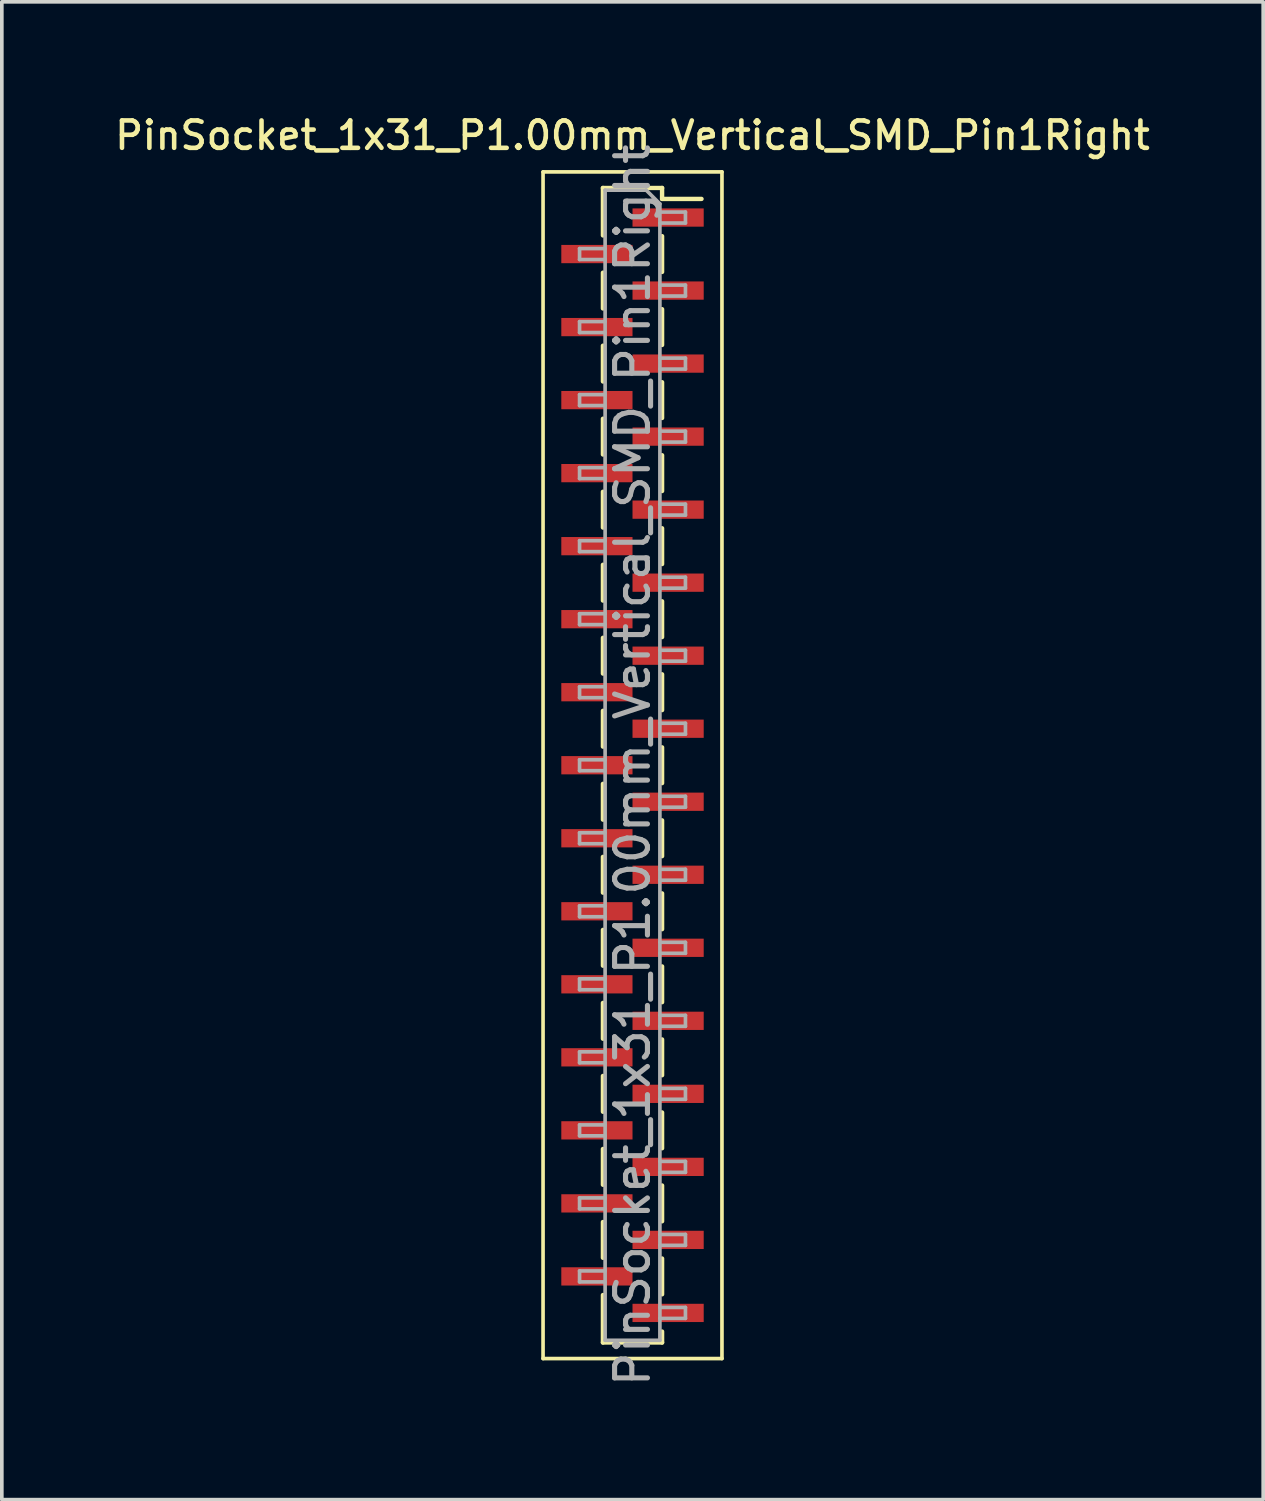
<source format=kicad_pcb>
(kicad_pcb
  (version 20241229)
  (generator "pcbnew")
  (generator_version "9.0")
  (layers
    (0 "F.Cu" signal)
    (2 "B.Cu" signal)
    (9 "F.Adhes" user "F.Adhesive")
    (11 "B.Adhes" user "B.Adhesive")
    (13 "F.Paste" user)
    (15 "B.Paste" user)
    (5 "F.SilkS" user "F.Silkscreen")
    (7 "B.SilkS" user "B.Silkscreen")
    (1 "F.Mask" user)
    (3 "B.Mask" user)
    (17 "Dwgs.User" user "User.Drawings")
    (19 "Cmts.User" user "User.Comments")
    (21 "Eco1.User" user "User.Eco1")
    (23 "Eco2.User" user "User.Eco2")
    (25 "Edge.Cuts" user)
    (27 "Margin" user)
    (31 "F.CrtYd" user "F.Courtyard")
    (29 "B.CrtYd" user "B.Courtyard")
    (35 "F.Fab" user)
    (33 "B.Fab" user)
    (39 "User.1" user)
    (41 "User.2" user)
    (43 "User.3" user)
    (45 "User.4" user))
  (footprint "PinSocket_1x31_P1.00mm_Vertical_SMD_Pin1Right"
    (layer "F.Cu")
    (at 14.273 17.908)
    (property "Reference" "PinSocket_1x31_P1.00mm_Vertical_SMD_Pin1Right" (at 0 -17.25 0) (layer "F.SilkS") (effects (font (size 0.75 0.75) (thickness 0.125))))
    (attr smd)
    (fp_line (start -2.45 -16.25) (end 2.45 -16.25) (stroke (width 0.1) (type solid)) (layer "F.SilkS"))
    (fp_line (start -2.45 16.25) (end -2.45 -16.25) (stroke (width 0.1) (type solid)) (layer "F.SilkS"))
    (fp_line (start -0.81 -15.81) (end -0.81 -14.51) (stroke (width 0.12) (type solid)) (layer "F.SilkS"))
    (fp_line (start -0.81 -15.81) (end 0.81 -15.81) (stroke (width 0.12) (type solid)) (layer "F.SilkS"))
    (fp_line (start -0.81 -13.49) (end -0.81 -12.51) (stroke (width 0.12) (type solid)) (layer "F.SilkS"))
    (fp_line (start -0.81 -11.49) (end -0.81 -10.51) (stroke (width 0.12) (type solid)) (layer "F.SilkS"))
    (fp_line (start -0.81 -9.49) (end -0.81 -8.51) (stroke (width 0.12) (type solid)) (layer "F.SilkS"))
    (fp_line (start -0.81 -7.49) (end -0.81 -6.51) (stroke (width 0.12) (type solid)) (layer "F.SilkS"))
    (fp_line (start -0.81 -5.49) (end -0.81 -4.51) (stroke (width 0.12) (type solid)) (layer "F.SilkS"))
    (fp_line (start -0.81 -3.49) (end -0.81 -2.51) (stroke (width 0.12) (type solid)) (layer "F.SilkS"))
    (fp_line (start -0.81 -1.49) (end -0.81 -0.51) (stroke (width 0.12) (type solid)) (layer "F.SilkS"))
    (fp_line (start -0.81 0.51) (end -0.81 1.49) (stroke (width 0.12) (type solid)) (layer "F.SilkS"))
    (fp_line (start -0.81 2.51) (end -0.81 3.49) (stroke (width 0.12) (type solid)) (layer "F.SilkS"))
    (fp_line (start -0.81 4.51) (end -0.81 5.49) (stroke (width 0.12) (type solid)) (layer "F.SilkS"))
    (fp_line (start -0.81 6.51) (end -0.81 7.49) (stroke (width 0.12) (type solid)) (layer "F.SilkS"))
    (fp_line (start -0.81 8.51) (end -0.81 9.49) (stroke (width 0.12) (type solid)) (layer "F.SilkS"))
    (fp_line (start -0.81 10.51) (end -0.81 11.49) (stroke (width 0.12) (type solid)) (layer "F.SilkS"))
    (fp_line (start -0.81 12.51) (end -0.81 13.49) (stroke (width 0.12) (type solid)) (layer "F.SilkS"))
    (fp_line (start -0.81 14.51) (end -0.81 15.81) (stroke (width 0.12) (type solid)) (layer "F.SilkS"))
    (fp_line (start -0.81 15.81) (end 0.81 15.81) (stroke (width 0.12) (type solid)) (layer "F.SilkS"))
    (fp_line (start 0.81 -15.81) (end 0.81 -15.51) (stroke (width 0.12) (type solid)) (layer "F.SilkS"))
    (fp_line (start 0.81 -15.51) (end 1.89 -15.51) (stroke (width 0.12) (type solid)) (layer "F.SilkS"))
    (fp_line (start 0.81 -14.49) (end 0.81 -13.51) (stroke (width 0.12) (type solid)) (layer "F.SilkS"))
    (fp_line (start 0.81 -12.49) (end 0.81 -11.51) (stroke (width 0.12) (type solid)) (layer "F.SilkS"))
    (fp_line (start 0.81 -10.49) (end 0.81 -9.51) (stroke (width 0.12) (type solid)) (layer "F.SilkS"))
    (fp_line (start 0.81 -8.49) (end 0.81 -7.51) (stroke (width 0.12) (type solid)) (layer "F.SilkS"))
    (fp_line (start 0.81 -6.49) (end 0.81 -5.51) (stroke (width 0.12) (type solid)) (layer "F.SilkS"))
    (fp_line (start 0.81 -4.49) (end 0.81 -3.51) (stroke (width 0.12) (type solid)) (layer "F.SilkS"))
    (fp_line (start 0.81 -2.49) (end 0.81 -1.51) (stroke (width 0.12) (type solid)) (layer "F.SilkS"))
    (fp_line (start 0.81 -0.49) (end 0.81 0.49) (stroke (width 0.12) (type solid)) (layer "F.SilkS"))
    (fp_line (start 0.81 1.51) (end 0.81 2.49) (stroke (width 0.12) (type solid)) (layer "F.SilkS"))
    (fp_line (start 0.81 3.51) (end 0.81 4.49) (stroke (width 0.12) (type solid)) (layer "F.SilkS"))
    (fp_line (start 0.81 5.51) (end 0.81 6.49) (stroke (width 0.12) (type solid)) (layer "F.SilkS"))
    (fp_line (start 0.81 7.51) (end 0.81 8.49) (stroke (width 0.12) (type solid)) (layer "F.SilkS"))
    (fp_line (start 0.81 9.51) (end 0.81 10.49) (stroke (width 0.12) (type solid)) (layer "F.SilkS"))
    (fp_line (start 0.81 11.51) (end 0.81 12.49) (stroke (width 0.12) (type solid)) (layer "F.SilkS"))
    (fp_line (start 0.81 13.51) (end 0.81 14.49) (stroke (width 0.12) (type solid)) (layer "F.SilkS"))
    (fp_line (start 0.81 15.51) (end 0.81 15.81) (stroke (width 0.12) (type solid)) (layer "F.SilkS"))
    (fp_line (start 2.45 -16.25) (end 2.45 16.25) (stroke (width 0.1) (type solid)) (layer "F.SilkS"))
    (fp_line (start 2.45 16.25) (end -2.45 16.25) (stroke (width 0.1) (type solid)) (layer "F.SilkS"))
    (fp_line (start -1.45 -14.15) (end -0.75 -14.15) (stroke (width 0.1) (type solid)) (layer "F.Fab"))
    (fp_line (start -1.45 -13.85) (end -1.45 -14.15) (stroke (width 0.1) (type solid)) (layer "F.Fab"))
    (fp_line (start -1.45 -12.15) (end -0.75 -12.15) (stroke (width 0.1) (type solid)) (layer "F.Fab"))
    (fp_line (start -1.45 -11.85) (end -1.45 -12.15) (stroke (width 0.1) (type solid)) (layer "F.Fab"))
    (fp_line (start -1.45 -10.15) (end -0.75 -10.15) (stroke (width 0.1) (type solid)) (layer "F.Fab"))
    (fp_line (start -1.45 -9.85) (end -1.45 -10.15) (stroke (width 0.1) (type solid)) (layer "F.Fab"))
    (fp_line (start -1.45 -8.15) (end -0.75 -8.15) (stroke (width 0.1) (type solid)) (layer "F.Fab"))
    (fp_line (start -1.45 -7.85) (end -1.45 -8.15) (stroke (width 0.1) (type solid)) (layer "F.Fab"))
    (fp_line (start -1.45 -6.15) (end -0.75 -6.15) (stroke (width 0.1) (type solid)) (layer "F.Fab"))
    (fp_line (start -1.45 -5.85) (end -1.45 -6.15) (stroke (width 0.1) (type solid)) (layer "F.Fab"))
    (fp_line (start -1.45 -4.15) (end -0.75 -4.15) (stroke (width 0.1) (type solid)) (layer "F.Fab"))
    (fp_line (start -1.45 -3.85) (end -1.45 -4.15) (stroke (width 0.1) (type solid)) (layer "F.Fab"))
    (fp_line (start -1.45 -2.15) (end -0.75 -2.15) (stroke (width 0.1) (type solid)) (layer "F.Fab"))
    (fp_line (start -1.45 -1.85) (end -1.45 -2.15) (stroke (width 0.1) (type solid)) (layer "F.Fab"))
    (fp_line (start -1.45 -0.15) (end -0.75 -0.15) (stroke (width 0.1) (type solid)) (layer "F.Fab"))
    (fp_line (start -1.45 0.15) (end -1.45 -0.15) (stroke (width 0.1) (type solid)) (layer "F.Fab"))
    (fp_line (start -1.45 1.85) (end -0.75 1.85) (stroke (width 0.1) (type solid)) (layer "F.Fab"))
    (fp_line (start -1.45 2.15) (end -1.45 1.85) (stroke (width 0.1) (type solid)) (layer "F.Fab"))
    (fp_line (start -1.45 3.85) (end -0.75 3.85) (stroke (width 0.1) (type solid)) (layer "F.Fab"))
    (fp_line (start -1.45 4.15) (end -1.45 3.85) (stroke (width 0.1) (type solid)) (layer "F.Fab"))
    (fp_line (start -1.45 5.85) (end -0.75 5.85) (stroke (width 0.1) (type solid)) (layer "F.Fab"))
    (fp_line (start -1.45 6.15) (end -1.45 5.85) (stroke (width 0.1) (type solid)) (layer "F.Fab"))
    (fp_line (start -1.45 7.85) (end -0.75 7.85) (stroke (width 0.1) (type solid)) (layer "F.Fab"))
    (fp_line (start -1.45 8.15) (end -1.45 7.85) (stroke (width 0.1) (type solid)) (layer "F.Fab"))
    (fp_line (start -1.45 9.85) (end -0.75 9.85) (stroke (width 0.1) (type solid)) (layer "F.Fab"))
    (fp_line (start -1.45 10.15) (end -1.45 9.85) (stroke (width 0.1) (type solid)) (layer "F.Fab"))
    (fp_line (start -1.45 11.85) (end -0.75 11.85) (stroke (width 0.1) (type solid)) (layer "F.Fab"))
    (fp_line (start -1.45 12.15) (end -1.45 11.85) (stroke (width 0.1) (type solid)) (layer "F.Fab"))
    (fp_line (start -1.45 13.85) (end -0.75 13.85) (stroke (width 0.1) (type solid)) (layer "F.Fab"))
    (fp_line (start -1.45 14.15) (end -1.45 13.85) (stroke (width 0.1) (type solid)) (layer "F.Fab"))
    (fp_line (start -0.75 -15.75) (end 0.375 -15.75) (stroke (width 0.1) (type solid)) (layer "F.Fab"))
    (fp_line (start -0.75 -13.85) (end -1.45 -13.85) (stroke (width 0.1) (type solid)) (layer "F.Fab"))
    (fp_line (start -0.75 -11.85) (end -1.45 -11.85) (stroke (width 0.1) (type solid)) (layer "F.Fab"))
    (fp_line (start -0.75 -9.85) (end -1.45 -9.85) (stroke (width 0.1) (type solid)) (layer "F.Fab"))
    (fp_line (start -0.75 -7.85) (end -1.45 -7.85) (stroke (width 0.1) (type solid)) (layer "F.Fab"))
    (fp_line (start -0.75 -5.85) (end -1.45 -5.85) (stroke (width 0.1) (type solid)) (layer "F.Fab"))
    (fp_line (start -0.75 -3.85) (end -1.45 -3.85) (stroke (width 0.1) (type solid)) (layer "F.Fab"))
    (fp_line (start -0.75 -1.85) (end -1.45 -1.85) (stroke (width 0.1) (type solid)) (layer "F.Fab"))
    (fp_line (start -0.75 0.15) (end -1.45 0.15) (stroke (width 0.1) (type solid)) (layer "F.Fab"))
    (fp_line (start -0.75 2.15) (end -1.45 2.15) (stroke (width 0.1) (type solid)) (layer "F.Fab"))
    (fp_line (start -0.75 4.15) (end -1.45 4.15) (stroke (width 0.1) (type solid)) (layer "F.Fab"))
    (fp_line (start -0.75 6.15) (end -1.45 6.15) (stroke (width 0.1) (type solid)) (layer "F.Fab"))
    (fp_line (start -0.75 8.15) (end -1.45 8.15) (stroke (width 0.1) (type solid)) (layer "F.Fab"))
    (fp_line (start -0.75 10.15) (end -1.45 10.15) (stroke (width 0.1) (type solid)) (layer "F.Fab"))
    (fp_line (start -0.75 12.15) (end -1.45 12.15) (stroke (width 0.1) (type solid)) (layer "F.Fab"))
    (fp_line (start -0.75 14.15) (end -1.45 14.15) (stroke (width 0.1) (type solid)) (layer "F.Fab"))
    (fp_line (start -0.75 15.75) (end -0.75 -15.75) (stroke (width 0.1) (type solid)) (layer "F.Fab"))
    (fp_line (start 0.375 -15.75) (end 0.75 -15.375) (stroke (width 0.1) (type solid)) (layer "F.Fab"))
    (fp_line (start 0.75 -15.375) (end 0.75 15.75) (stroke (width 0.1) (type solid)) (layer "F.Fab"))
    (fp_line (start 0.75 -15.15) (end 1.45 -15.15) (stroke (width 0.1) (type solid)) (layer "F.Fab"))
    (fp_line (start 0.75 -13.15) (end 1.45 -13.15) (stroke (width 0.1) (type solid)) (layer "F.Fab"))
    (fp_line (start 0.75 -11.15) (end 1.45 -11.15) (stroke (width 0.1) (type solid)) (layer "F.Fab"))
    (fp_line (start 0.75 -9.15) (end 1.45 -9.15) (stroke (width 0.1) (type solid)) (layer "F.Fab"))
    (fp_line (start 0.75 -7.15) (end 1.45 -7.15) (stroke (width 0.1) (type solid)) (layer "F.Fab"))
    (fp_line (start 0.75 -5.15) (end 1.45 -5.15) (stroke (width 0.1) (type solid)) (layer "F.Fab"))
    (fp_line (start 0.75 -3.15) (end 1.45 -3.15) (stroke (width 0.1) (type solid)) (layer "F.Fab"))
    (fp_line (start 0.75 -1.15) (end 1.45 -1.15) (stroke (width 0.1) (type solid)) (layer "F.Fab"))
    (fp_line (start 0.75 0.85) (end 1.45 0.85) (stroke (width 0.1) (type solid)) (layer "F.Fab"))
    (fp_line (start 0.75 2.85) (end 1.45 2.85) (stroke (width 0.1) (type solid)) (layer "F.Fab"))
    (fp_line (start 0.75 4.85) (end 1.45 4.85) (stroke (width 0.1) (type solid)) (layer "F.Fab"))
    (fp_line (start 0.75 6.85) (end 1.45 6.85) (stroke (width 0.1) (type solid)) (layer "F.Fab"))
    (fp_line (start 0.75 8.85) (end 1.45 8.85) (stroke (width 0.1) (type solid)) (layer "F.Fab"))
    (fp_line (start 0.75 10.85) (end 1.45 10.85) (stroke (width 0.1) (type solid)) (layer "F.Fab"))
    (fp_line (start 0.75 12.85) (end 1.45 12.85) (stroke (width 0.1) (type solid)) (layer "F.Fab"))
    (fp_line (start 0.75 14.85) (end 1.45 14.85) (stroke (width 0.1) (type solid)) (layer "F.Fab"))
    (fp_line (start 0.75 15.75) (end -0.75 15.75) (stroke (width 0.1) (type solid)) (layer "F.Fab"))
    (fp_line (start 1.45 -15.15) (end 1.45 -14.85) (stroke (width 0.1) (type solid)) (layer "F.Fab"))
    (fp_line (start 1.45 -14.85) (end 0.75 -14.85) (stroke (width 0.1) (type solid)) (layer "F.Fab"))
    (fp_line (start 1.45 -13.15) (end 1.45 -12.85) (stroke (width 0.1) (type solid)) (layer "F.Fab"))
    (fp_line (start 1.45 -12.85) (end 0.75 -12.85) (stroke (width 0.1) (type solid)) (layer "F.Fab"))
    (fp_line (start 1.45 -11.15) (end 1.45 -10.85) (stroke (width 0.1) (type solid)) (layer "F.Fab"))
    (fp_line (start 1.45 -10.85) (end 0.75 -10.85) (stroke (width 0.1) (type solid)) (layer "F.Fab"))
    (fp_line (start 1.45 -9.15) (end 1.45 -8.85) (stroke (width 0.1) (type solid)) (layer "F.Fab"))
    (fp_line (start 1.45 -8.85) (end 0.75 -8.85) (stroke (width 0.1) (type solid)) (layer "F.Fab"))
    (fp_line (start 1.45 -7.15) (end 1.45 -6.85) (stroke (width 0.1) (type solid)) (layer "F.Fab"))
    (fp_line (start 1.45 -6.85) (end 0.75 -6.85) (stroke (width 0.1) (type solid)) (layer "F.Fab"))
    (fp_line (start 1.45 -5.15) (end 1.45 -4.85) (stroke (width 0.1) (type solid)) (layer "F.Fab"))
    (fp_line (start 1.45 -4.85) (end 0.75 -4.85) (stroke (width 0.1) (type solid)) (layer "F.Fab"))
    (fp_line (start 1.45 -3.15) (end 1.45 -2.85) (stroke (width 0.1) (type solid)) (layer "F.Fab"))
    (fp_line (start 1.45 -2.85) (end 0.75 -2.85) (stroke (width 0.1) (type solid)) (layer "F.Fab"))
    (fp_line (start 1.45 -1.15) (end 1.45 -0.85) (stroke (width 0.1) (type solid)) (layer "F.Fab"))
    (fp_line (start 1.45 -0.85) (end 0.75 -0.85) (stroke (width 0.1) (type solid)) (layer "F.Fab"))
    (fp_line (start 1.45 0.85) (end 1.45 1.15) (stroke (width 0.1) (type solid)) (layer "F.Fab"))
    (fp_line (start 1.45 1.15) (end 0.75 1.15) (stroke (width 0.1) (type solid)) (layer "F.Fab"))
    (fp_line (start 1.45 2.85) (end 1.45 3.15) (stroke (width 0.1) (type solid)) (layer "F.Fab"))
    (fp_line (start 1.45 3.15) (end 0.75 3.15) (stroke (width 0.1) (type solid)) (layer "F.Fab"))
    (fp_line (start 1.45 4.85) (end 1.45 5.15) (stroke (width 0.1) (type solid)) (layer "F.Fab"))
    (fp_line (start 1.45 5.15) (end 0.75 5.15) (stroke (width 0.1) (type solid)) (layer "F.Fab"))
    (fp_line (start 1.45 6.85) (end 1.45 7.15) (stroke (width 0.1) (type solid)) (layer "F.Fab"))
    (fp_line (start 1.45 7.15) (end 0.75 7.15) (stroke (width 0.1) (type solid)) (layer "F.Fab"))
    (fp_line (start 1.45 8.85) (end 1.45 9.15) (stroke (width 0.1) (type solid)) (layer "F.Fab"))
    (fp_line (start 1.45 9.15) (end 0.75 9.15) (stroke (width 0.1) (type solid)) (layer "F.Fab"))
    (fp_line (start 1.45 10.85) (end 1.45 11.15) (stroke (width 0.1) (type solid)) (layer "F.Fab"))
    (fp_line (start 1.45 11.15) (end 0.75 11.15) (stroke (width 0.1) (type solid)) (layer "F.Fab"))
    (fp_line (start 1.45 12.85) (end 1.45 13.15) (stroke (width 0.1) (type solid)) (layer "F.Fab"))
    (fp_line (start 1.45 13.15) (end 0.75 13.15) (stroke (width 0.1) (type solid)) (layer "F.Fab"))
    (fp_line (start 1.45 14.85) (end 1.45 15.15) (stroke (width 0.1) (type solid)) (layer "F.Fab"))
    (fp_line (start 1.45 15.15) (end 0.75 15.15) (stroke (width 0.1) (type solid)) (layer "F.Fab"))
    (fp_text user "${REFERENCE}" (at 0 0 90) (layer "F.Fab") (effects (font (size 0.9 0.9) (thickness 0.14))))
    (pad "1" smd rect (at 0.975 -15) (size 1.95 0.5) (layers "F.Cu" "F.Mask" "F.Paste"))
    (pad "2" smd rect (at -0.975 -14) (size 1.95 0.5) (layers "F.Cu" "F.Mask" "F.Paste"))
    (pad "3" smd rect (at 0.975 -13) (size 1.95 0.5) (layers "F.Cu" "F.Mask" "F.Paste"))
    (pad "4" smd rect (at -0.975 -12) (size 1.95 0.5) (layers "F.Cu" "F.Mask" "F.Paste"))
    (pad "5" smd rect (at 0.975 -11) (size 1.95 0.5) (layers "F.Cu" "F.Mask" "F.Paste"))
    (pad "6" smd rect (at -0.975 -10) (size 1.95 0.5) (layers "F.Cu" "F.Mask" "F.Paste"))
    (pad "7" smd rect (at 0.975 -9) (size 1.95 0.5) (layers "F.Cu" "F.Mask" "F.Paste"))
    (pad "8" smd rect (at -0.975 -8) (size 1.95 0.5) (layers "F.Cu" "F.Mask" "F.Paste"))
    (pad "9" smd rect (at 0.975 -7) (size 1.95 0.5) (layers "F.Cu" "F.Mask" "F.Paste"))
    (pad "10" smd rect (at -0.975 -6) (size 1.95 0.5) (layers "F.Cu" "F.Mask" "F.Paste"))
    (pad "11" smd rect (at 0.975 -5) (size 1.95 0.5) (layers "F.Cu" "F.Mask" "F.Paste"))
    (pad "12" smd rect (at -0.975 -4) (size 1.95 0.5) (layers "F.Cu" "F.Mask" "F.Paste"))
    (pad "13" smd rect (at 0.975 -3) (size 1.95 0.5) (layers "F.Cu" "F.Mask" "F.Paste"))
    (pad "14" smd rect (at -0.975 -2) (size 1.95 0.5) (layers "F.Cu" "F.Mask" "F.Paste"))
    (pad "15" smd rect (at 0.975 -1) (size 1.95 0.5) (layers "F.Cu" "F.Mask" "F.Paste"))
    (pad "16" smd rect (at -0.975 0) (size 1.95 0.5) (layers "F.Cu" "F.Mask" "F.Paste"))
    (pad "17" smd rect (at 0.975 1) (size 1.95 0.5) (layers "F.Cu" "F.Mask" "F.Paste"))
    (pad "18" smd rect (at -0.975 2) (size 1.95 0.5) (layers "F.Cu" "F.Mask" "F.Paste"))
    (pad "19" smd rect (at 0.975 3) (size 1.95 0.5) (layers "F.Cu" "F.Mask" "F.Paste"))
    (pad "20" smd rect (at -0.975 4) (size 1.95 0.5) (layers "F.Cu" "F.Mask" "F.Paste"))
    (pad "21" smd rect (at 0.975 5) (size 1.95 0.5) (layers "F.Cu" "F.Mask" "F.Paste"))
    (pad "22" smd rect (at -0.975 6) (size 1.95 0.5) (layers "F.Cu" "F.Mask" "F.Paste"))
    (pad "23" smd rect (at 0.975 7) (size 1.95 0.5) (layers "F.Cu" "F.Mask" "F.Paste"))
    (pad "24" smd rect (at -0.975 8) (size 1.95 0.5) (layers "F.Cu" "F.Mask" "F.Paste"))
    (pad "25" smd rect (at 0.975 9) (size 1.95 0.5) (layers "F.Cu" "F.Mask" "F.Paste"))
    (pad "26" smd rect (at -0.975 10) (size 1.95 0.5) (layers "F.Cu" "F.Mask" "F.Paste"))
    (pad "27" smd rect (at 0.975 11) (size 1.95 0.5) (layers "F.Cu" "F.Mask" "F.Paste"))
    (pad "28" smd rect (at -0.975 12) (size 1.95 0.5) (layers "F.Cu" "F.Mask" "F.Paste"))
    (pad "29" smd rect (at 0.975 13) (size 1.95 0.5) (layers "F.Cu" "F.Mask" "F.Paste"))
    (pad "30" smd rect (at -0.975 14) (size 1.95 0.5) (layers "F.Cu" "F.Mask" "F.Paste"))
    (pad "31" smd rect (at 0.975 15) (size 1.95 0.5) (layers "F.Cu" "F.Mask" "F.Paste")))
  (gr_rect
    (start -3 -3)
    (end 31.546 38.021)
    (stroke (width 0.1) (type default))
    (fill no)
    (layer "Edge.Cuts")))
</source>
